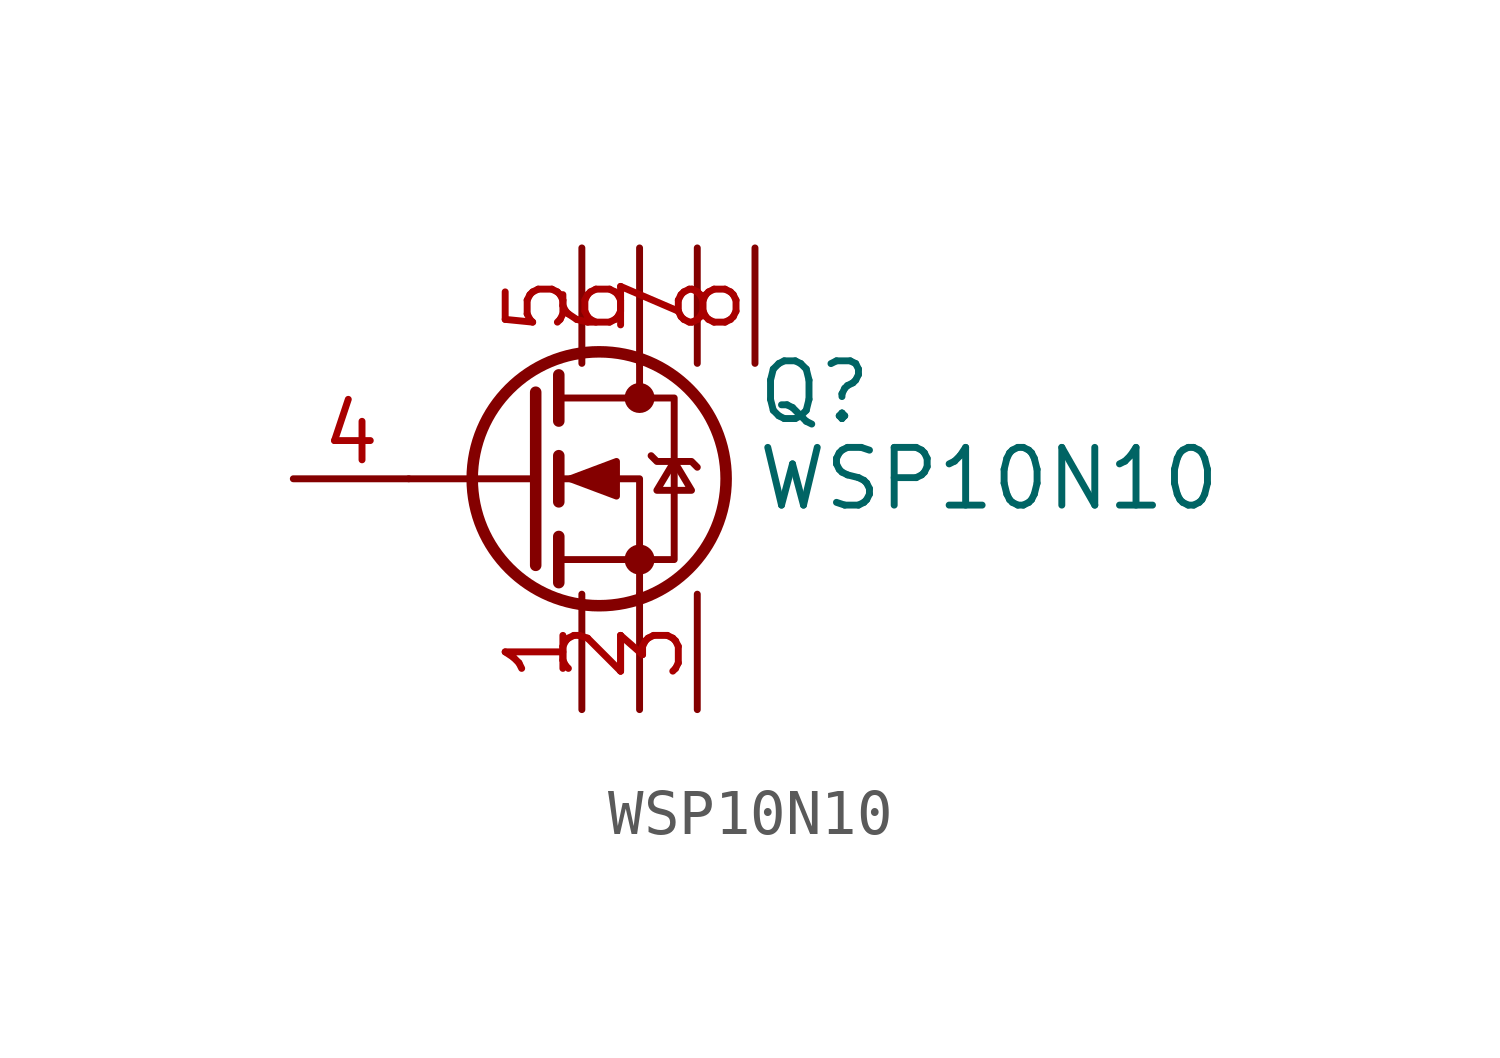
<source format=kicad_sym>
(kicad_symbol_lib
  (version 20231120)
  (generator "kicad_symbol_editor")
  (generator_version "8.0")
  (symbol "WSP10N10"
    (pin_names hide)
    (property "Reference" "Q"
      (at 5.08 1.905 0)
      (effects (font (size 1.27 1.27)) (justify left)))
    (property "Value" "WSP10N10"
      (at 5.08 0 0)
      (effects (font (size 1.27 1.27)) (justify left)))
    (symbol "WSP10N10_0_1"
      (polyline (pts (xy 0.254 0) (xy -2.54 0)) (stroke (width 0) (type default)) (fill (type none)))
      (polyline (pts (xy 0.254 1.905) (xy 0.254 -1.905)) (stroke (width 0.254) (type default)) (fill (type none)))
      (polyline (pts (xy 0.762 -1.27) (xy 0.762 -2.286)) (stroke (width 0.254) (type default)) (fill (type none)))
      (polyline (pts (xy 0.762 0.508) (xy 0.762 -0.508)) (stroke (width 0.254) (type default)) (fill (type none)))
      (polyline (pts (xy 0.762 2.286) (xy 0.762 1.27)) (stroke (width 0.254) (type default)) (fill (type none)))
      (polyline (pts (xy 2.54 2.54) (xy 2.54 1.778)) (stroke (width 0) (type default)) (fill (type none)))
      (polyline (pts (xy 2.54 -2.54) (xy 2.54 0) (xy 0.762 0)) (stroke (width 0) (type default)) (fill (type none)))
      (polyline (pts (xy 0.762 -1.778) (xy 3.302 -1.778) (xy 3.302 1.778) (xy 0.762 1.778)) (stroke (width 0) (type default)) (fill (type none)))
      (polyline (pts (xy 1.016 0) (xy 2.032 0.381) (xy 2.032 -0.381) (xy 1.016 0)) (stroke (width 0) (type default)) (fill (type outline)))
      (polyline (pts (xy 2.794 0.508) (xy 2.921 0.381) (xy 3.683 0.381) (xy 3.81 0.254)) (stroke (width 0) (type default)) (fill (type none)))
      (polyline (pts (xy 3.302 0.381) (xy 2.921 -0.254) (xy 3.683 -0.254) (xy 3.302 0.381)) (stroke (width 0) (type default)) (fill (type none)))
      (circle (center 1.651 0) (radius 2.794) (stroke (width 0.254) (type default)) (fill (type none)))
      (circle (center 2.54 -1.778) (radius 0.254) (stroke (width 0) (type default)) (fill (type outline)))
      (circle (center 2.54 1.778) (radius 0.254) (stroke (width 0) (type default)) (fill (type outline))))
    (symbol "WSP10N10_1_1"
      (pin passive line (at 1.27 -5.08 90) (length 2.54) (name "D" (effects (font (size 1.27 1.27)))) (number "1" (effects (font (size 1.27 1.27)))))
      (pin passive line (at 2.54 -5.08 90) (length 2.54) (name "G" (effects (font (size 1.27 1.27)))) (number "2" (effects (font (size 1.27 1.27)))))
      (pin passive line (at 3.81 -5.08 90) (length 2.54) (name "S" (effects (font (size 1.27 1.27)))) (number "3" (effects (font (size 1.27 1.27)))))
      (pin input line (at -5.08 0 0) (length 2.54) (name "" (effects (font (size 1.27 1.27)))) (number "4" (effects (font (size 1.27 1.27)))))
      (pin passive line (at 1.27 5.08 270) (length 2.54) (name "" (effects (font (size 1.27 1.27)))) (number "5" (effects (font (size 1.27 1.27)))))
      (pin passive line (at 2.54 5.08 270) (length 2.54) (name "" (effects (font (size 1.27 1.27)))) (number "6" (effects (font (size 1.27 1.27)))))
      (pin passive line (at 3.81 5.08 270) (length 2.54) (name "" (effects (font (size 1.27 1.27)))) (number "7" (effects (font (size 1.27 1.27)))))
      (pin passive line (at 5.08 5.08 270) (length 2.54) (name "" (effects (font (size 1.27 1.27)))) (number "8" (effects (font (size 1.27 1.27))))))))
</source>
